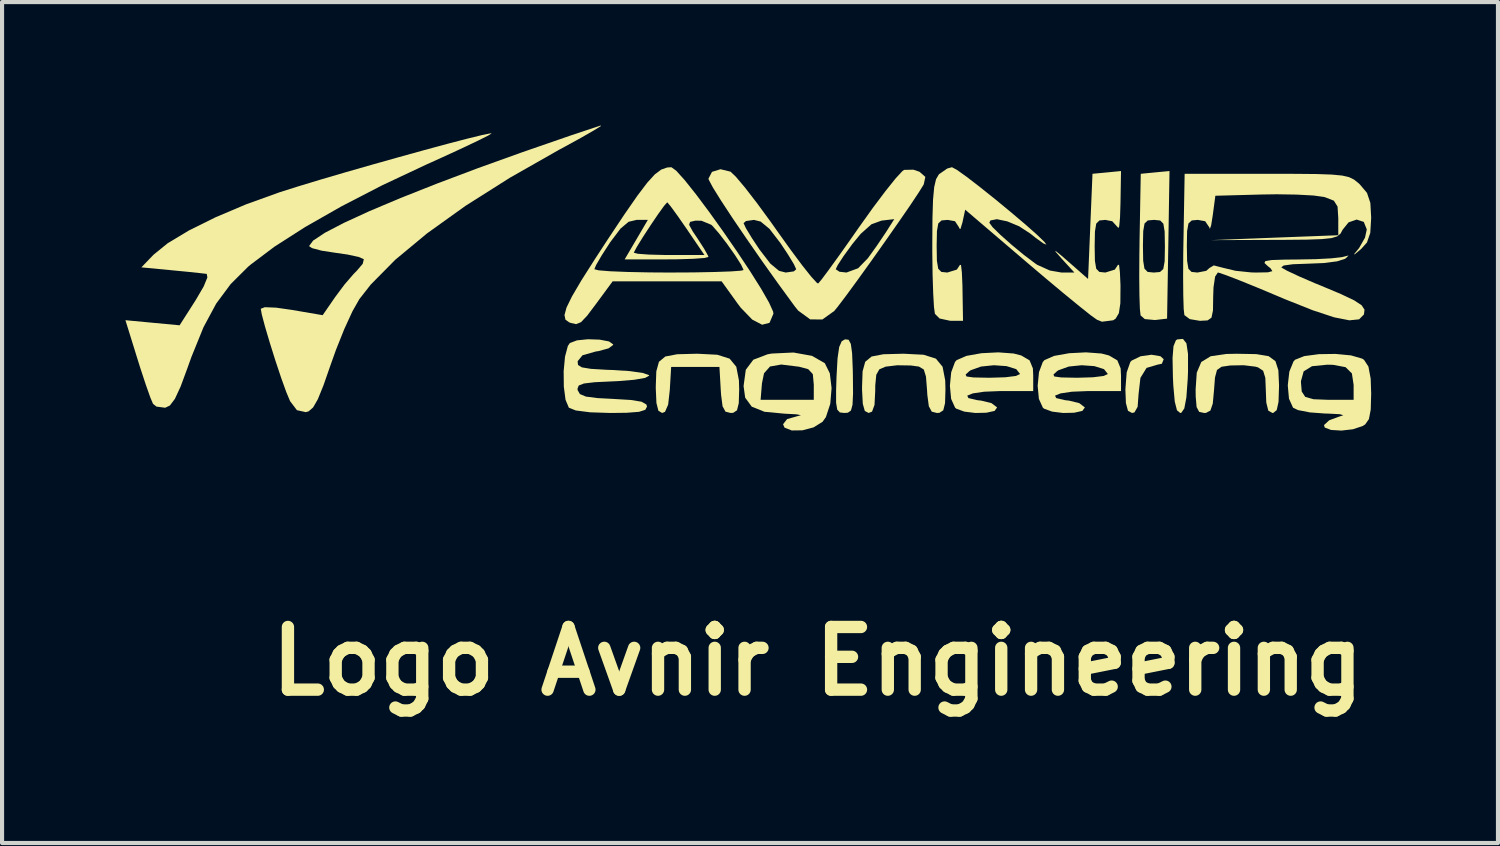
<source format=kicad_pcb>
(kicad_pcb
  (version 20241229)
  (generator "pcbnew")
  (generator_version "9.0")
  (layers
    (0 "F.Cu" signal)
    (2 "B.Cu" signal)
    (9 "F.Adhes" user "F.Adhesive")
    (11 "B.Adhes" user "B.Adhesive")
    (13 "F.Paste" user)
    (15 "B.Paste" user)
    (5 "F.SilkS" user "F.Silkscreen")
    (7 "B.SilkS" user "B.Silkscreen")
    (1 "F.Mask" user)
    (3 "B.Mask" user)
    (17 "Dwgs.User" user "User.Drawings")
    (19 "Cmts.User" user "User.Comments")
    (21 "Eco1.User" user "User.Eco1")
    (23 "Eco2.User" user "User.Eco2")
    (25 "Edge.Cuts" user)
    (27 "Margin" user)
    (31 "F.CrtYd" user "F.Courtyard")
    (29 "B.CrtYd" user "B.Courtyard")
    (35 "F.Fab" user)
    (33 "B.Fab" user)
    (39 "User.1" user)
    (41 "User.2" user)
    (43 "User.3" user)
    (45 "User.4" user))
  (footprint "Logo Avnir Engineering"
    (layer "F.Cu")
    (at 16.833 4.775)
    (property "Reference" "Logo Avnir Engineering" (at 0 8.255 0) (layer "F.SilkS") (effects (font (size 1.524 1.524) (thickness 0.3))))
    (attr board_only exclude_from_pos_files exclude_from_bom)
    (fp_poly (pts (xy 8.967 0.524) (xy 9.005 0.781) (xy 9.005 1.214) (xy 8.998 1.39) (xy 8.965 1.842) (xy 8.915 2.107) (xy 8.841 2.213) (xy 8.816 2.217) (xy 8.737 2.153) (xy 8.683 1.942) (xy 8.648 1.555) (xy 8.638 1.35) (xy 8.629 0.882) (xy 8.652 0.593) (xy 8.71 0.451) (xy 8.744 0.428) (xy 8.882 0.416)) (stroke (width 0) (type solid)) (fill yes) (layer "F.SilkS"))
    (fp_poly (pts (xy 8.334 0.837) (xy 8.414 0.91) (xy 8.369 1.02) (xy 8.26 1.043) (xy 7.997 1.121) (xy 7.848 1.363) (xy 7.803 1.758) (xy 7.78 2.067) (xy 7.703 2.203) (xy 7.643 2.217) (xy 7.545 2.164) (xy 7.495 1.976) (xy 7.482 1.643) (xy 7.514 1.229) (xy 7.602 0.978) (xy 7.633 0.944) (xy 7.853 0.838) (xy 8.116 0.801)) (stroke (width 0) (type solid)) (fill yes) (layer "F.SilkS"))
    (fp_poly (pts (xy 0.752 0.437) (xy 0.806 0.537) (xy 0.837 0.764) (xy 0.853 1.155) (xy 0.856 1.305) (xy 0.86 1.747) (xy 0.847 2.017) (xy 0.809 2.157) (xy 0.735 2.21) (xy 0.648 2.217) (xy 0.539 2.204) (xy 0.475 2.135) (xy 0.448 1.968) (xy 0.448 1.66) (xy 0.458 1.338) (xy 0.483 0.889) (xy 0.523 0.613) (xy 0.585 0.472) (xy 0.666 0.426)) (stroke (width 0) (type solid)) (fill yes) (layer "F.SilkS"))
    (fp_poly (pts (xy -2.441 0.801) (xy -2.141 0.896) (xy -1.979 1.093) (xy -1.915 1.425) (xy -1.909 1.643) (xy -1.919 1.979) (xy -1.962 2.152) (xy -2.054 2.213) (xy -2.117 2.217) (xy -2.242 2.185) (xy -2.313 2.054) (xy -2.349 1.775) (xy -2.357 1.657) (xy -2.389 1.097) (xy -3.563 1.097) (xy -3.596 1.657) (xy -3.636 2.014) (xy -3.712 2.189) (xy -3.782 2.217) (xy -3.873 2.163) (xy -3.921 1.975) (xy -3.937 1.616) (xy -3.937 1.574) (xy -3.924 1.205) (xy -3.86 0.972) (xy -3.705 0.844) (xy -3.419 0.789) (xy -2.963 0.777) (xy -2.913 0.777)) (stroke (width 0) (type solid)) (fill yes) (layer "F.SilkS"))
    (fp_poly (pts (xy 2.575 0.801) (xy 2.875 0.896) (xy 3.037 1.093) (xy 3.101 1.425) (xy 3.107 1.643) (xy 3.097 1.979) (xy 3.054 2.152) (xy 2.961 2.213) (xy 2.899 2.217) (xy 2.774 2.185) (xy 2.703 2.054) (xy 2.666 1.775) (xy 2.659 1.657) (xy 2.633 1.331) (xy 2.58 1.16) (xy 2.461 1.089) (xy 2.265 1.062) (xy 1.932 1.057) (xy 1.651 1.091) (xy 1.5 1.155) (xy 1.425 1.287) (xy 1.4 1.548) (xy 1.399 1.686) (xy 1.382 2.021) (xy 1.322 2.184) (xy 1.239 2.217) (xy 1.146 2.168) (xy 1.097 1.995) (xy 1.079 1.656) (xy 1.079 1.574) (xy 1.092 1.205) (xy 1.156 0.972) (xy 1.311 0.844) (xy 1.597 0.789) (xy 2.053 0.777) (xy 2.103 0.777)) (stroke (width 0) (type solid)) (fill yes) (layer "F.SilkS"))
    (fp_poly (pts (xy 8.526 -1.872) (xy 8.496 -0.077) (xy 8.202 -0.043) (xy 7.954 -0.066) (xy 7.852 -0.155) (xy 7.835 -0.307) (xy 7.824 -0.633) (xy 7.819 -1.09) (xy 7.822 -1.639) (xy 7.825 -1.838) (xy 7.909 -1.838) (xy 7.915 -1.483) (xy 7.946 -1.292) (xy 8.023 -1.213) (xy 8.167 -1.198) (xy 8.176 -1.198) (xy 8.324 -1.211) (xy 8.404 -1.285) (xy 8.437 -1.47) (xy 8.443 -1.816) (xy 8.443 -1.838) (xy 8.437 -2.193) (xy 8.406 -2.385) (xy 8.329 -2.463) (xy 8.186 -2.478) (xy 8.176 -2.478) (xy 8.028 -2.465) (xy 7.948 -2.391) (xy 7.916 -2.206) (xy 7.909 -1.861) (xy 7.909 -1.838) (xy 7.825 -1.838) (xy 7.826 -1.949) (xy 7.856 -3.599) (xy 8.205 -3.633) (xy 8.555 -3.666)) (stroke (width 0) (type solid)) (fill yes) (layer "F.SilkS"))
    (fp_poly (pts (xy 10.667 0.786) (xy 10.966 0.836) (xy 11.131 0.957) (xy 11.202 1.179) (xy 11.218 1.534) (xy 11.218 1.574) (xy 11.206 1.947) (xy 11.162 2.147) (xy 11.078 2.216) (xy 11.058 2.217) (xy 10.957 2.16) (xy 10.908 1.962) (xy 10.898 1.686) (xy 10.885 1.363) (xy 10.832 1.191) (xy 10.711 1.11) (xy 10.646 1.091) (xy 10.358 1.056) (xy 10.032 1.062) (xy 9.821 1.093) (xy 9.71 1.171) (xy 9.661 1.354) (xy 9.638 1.657) (xy 9.607 1.99) (xy 9.549 2.159) (xy 9.442 2.215) (xy 9.398 2.217) (xy 9.276 2.19) (xy 9.214 2.073) (xy 9.192 1.816) (xy 9.19 1.643) (xy 9.218 1.236) (xy 9.328 0.977) (xy 9.557 0.837) (xy 9.94 0.782) (xy 10.194 0.777)) (stroke (width 0) (type solid)) (fill yes) (layer "F.SilkS"))
    (fp_poly (pts (xy -0.139 0.828) (xy 0.173 1.006) (xy 0.173 1.006) (xy 0.295 1.253) (xy 0.338 1.612) (xy 0.306 1.995) (xy 0.2 2.317) (xy 0.119 2.431) (xy -0.099 2.567) (xy -0.373 2.639) (xy -0.632 2.642) (xy -0.807 2.573) (xy -0.842 2.491) (xy -0.744 2.366) (xy -0.495 2.295) (xy -0.407 2.271) (xy -0.512 2.25) (xy -0.788 2.235) (xy -0.808 2.234) (xy -1.294 2.188) (xy -1.603 2.064) (xy -1.725 1.897) (xy -1.388 1.897) (xy -0.095 1.897) (xy -0.095 1.529) (xy -0.118 1.273) (xy -0.23 1.152) (xy -0.454 1.092) (xy -0.887 1.039) (xy -1.159 1.087) (xy -1.305 1.252) (xy -1.355 1.497) (xy -1.388 1.897) (xy -1.725 1.897) (xy -1.763 1.846) (xy -1.802 1.562) (xy -1.748 1.166) (xy -1.565 0.922) (xy -1.218 0.79) (xy -1.118 0.772) (xy -0.588 0.747)) (stroke (width 0) (type solid)) (fill yes) (layer "F.SilkS"))
    (fp_poly (pts (xy 4.766 0.771) (xy 4.948 0.818) (xy 5.153 0.938) (xy 5.233 1.133) (xy 5.241 1.308) (xy 5.241 1.684) (xy 4.441 1.684) (xy 4.047 1.7) (xy 3.771 1.741) (xy 3.637 1.796) (xy 3.665 1.855) (xy 3.878 1.905) (xy 3.979 1.917) (xy 4.227 1.978) (xy 4.36 2.08) (xy 4.362 2.084) (xy 4.302 2.167) (xy 4.102 2.211) (xy 3.833 2.217) (xy 3.566 2.184) (xy 3.37 2.112) (xy 3.342 2.089) (xy 3.245 1.875) (xy 3.215 1.555) (xy 3.241 1.283) (xy 3.597 1.283) (xy 3.62 1.33) (xy 3.788 1.353) (xy 4.134 1.36) (xy 4.201 1.36) (xy 4.562 1.349) (xy 4.82 1.317) (xy 4.921 1.27) (xy 4.921 1.269) (xy 4.828 1.151) (xy 4.593 1.078) (xy 4.285 1.056) (xy 3.972 1.088) (xy 3.721 1.178) (xy 3.688 1.2) (xy 3.597 1.283) (xy 3.241 1.283) (xy 3.247 1.225) (xy 3.339 0.977) (xy 3.38 0.931) (xy 3.616 0.829) (xy 3.98 0.764) (xy 4.391 0.743)) (stroke (width 0) (type solid)) (fill yes) (layer "F.SilkS"))
    (fp_poly (pts (xy 6.9 0.771) (xy 7.082 0.818) (xy 7.287 0.938) (xy 7.367 1.133) (xy 7.376 1.308) (xy 7.376 1.684) (xy 6.575 1.684) (xy 6.181 1.7) (xy 5.906 1.741) (xy 5.771 1.796) (xy 5.8 1.855) (xy 6.012 1.905) (xy 6.114 1.917) (xy 6.361 1.978) (xy 6.494 2.08) (xy 6.496 2.084) (xy 6.436 2.167) (xy 6.236 2.211) (xy 5.968 2.217) (xy 5.7 2.184) (xy 5.504 2.112) (xy 5.476 2.089) (xy 5.379 1.875) (xy 5.349 1.555) (xy 5.376 1.283) (xy 5.732 1.283) (xy 5.755 1.33) (xy 5.923 1.353) (xy 6.268 1.36) (xy 6.335 1.36) (xy 6.696 1.349) (xy 6.954 1.317) (xy 7.056 1.27) (xy 7.056 1.269) (xy 6.962 1.151) (xy 6.728 1.078) (xy 6.42 1.056) (xy 6.106 1.088) (xy 5.855 1.178) (xy 5.822 1.2) (xy 5.732 1.283) (xy 5.376 1.283) (xy 5.381 1.225) (xy 5.474 0.977) (xy 5.515 0.931) (xy 5.75 0.829) (xy 6.115 0.764) (xy 6.525 0.743)) (stroke (width 0) (type solid)) (fill yes) (layer "F.SilkS"))
    (fp_poly (pts (xy -5.303 0.434) (xy -5.075 0.477) (xy -4.973 0.549) (xy -4.974 0.563) (xy -5.084 0.645) (xy -5.328 0.712) (xy -5.4 0.723) (xy -5.719 0.814) (xy -5.837 0.959) (xy -5.828 1.05) (xy -5.734 1.108) (xy -5.516 1.144) (xy -5.135 1.167) (xy -4.984 1.172) (xy -4.569 1.199) (xy -4.261 1.242) (xy -4.106 1.294) (xy -4.097 1.31) (xy -4.196 1.364) (xy -4.463 1.41) (xy -4.851 1.442) (xy -4.984 1.448) (xy -5.422 1.469) (xy -5.684 1.5) (xy -5.811 1.55) (xy -5.841 1.63) (xy -5.837 1.661) (xy -5.782 1.757) (xy -5.635 1.819) (xy -5.352 1.855) (xy -4.976 1.875) (xy -4.539 1.901) (xy -4.281 1.944) (xy -4.165 2.011) (xy -4.15 2.062) (xy -4.193 2.141) (xy -4.346 2.189) (xy -4.645 2.212) (xy -5.036 2.217) (xy -5.531 2.201) (xy -5.882 2.156) (xy -6.05 2.089) (xy -6.131 1.898) (xy -6.173 1.577) (xy -6.177 1.202) (xy -6.144 0.847) (xy -6.075 0.588) (xy -6.026 0.516) (xy -5.852 0.451) (xy -5.587 0.424)) (stroke (width 0) (type solid)) (fill yes) (layer "F.SilkS"))
    (fp_poly (pts (xy 12.969 0.817) (xy 13.239 0.895) (xy 13.285 0.925) (xy 13.392 1.089) (xy 13.447 1.383) (xy 13.459 1.746) (xy 13.448 2.135) (xy 13.404 2.366) (xy 13.314 2.494) (xy 13.253 2.534) (xy 13.015 2.613) (xy 12.736 2.645) (xy 12.484 2.63) (xy 12.329 2.571) (xy 12.312 2.511) (xy 12.438 2.395) (xy 12.667 2.31) (xy 12.781 2.272) (xy 12.699 2.247) (xy 12.414 2.232) (xy 12.333 2.23) (xy 11.967 2.203) (xy 11.681 2.147) (xy 11.559 2.089) (xy 11.46 1.869) (xy 11.431 1.546) (xy 11.44 1.464) (xy 11.751 1.464) (xy 11.77 1.695) (xy 11.856 1.826) (xy 12.057 1.883) (xy 12.419 1.897) (xy 12.463 1.897) (xy 13.032 1.897) (xy 13.032 1.535) (xy 12.99 1.255) (xy 12.836 1.103) (xy 12.529 1.046) (xy 12.392 1.043) (xy 12.02 1.08) (xy 11.817 1.205) (xy 11.752 1.44) (xy 11.751 1.464) (xy 11.44 1.464) (xy 11.469 1.212) (xy 11.57 0.964) (xy 11.608 0.923) (xy 11.832 0.834) (xy 12.187 0.787) (xy 12.592 0.781)) (stroke (width 0) (type solid)) (fill yes) (layer "F.SilkS"))
    (fp_poly (pts (xy -7.926 -4.582) (xy -8.008 -4.531) (xy -8.253 -4.408) (xy -8.631 -4.228) (xy -9.111 -4.007) (xy -9.518 -3.823) (xy -10.586 -3.321) (xy -11.577 -2.809) (xy -12.462 -2.305) (xy -13.209 -1.827) (xy -13.787 -1.392) (xy -13.852 -1.337) (xy -14.274 -0.917) (xy -14.625 -0.444) (xy -14.934 0.13) (xy -15.228 0.854) (xy -15.315 1.097) (xy -15.49 1.572) (xy -15.63 1.874) (xy -15.753 2.036) (xy -15.866 2.09) (xy -16.078 2.062) (xy -16.162 1.995) (xy -16.227 1.842) (xy -16.335 1.537) (xy -16.468 1.134) (xy -16.537 0.914) (xy -16.833 -0.039) (xy -16.175 0.023) (xy -15.516 0.085) (xy -15.123 -0.53) (xy -14.932 -0.856) (xy -14.84 -1.079) (xy -14.856 -1.165) (xy -15.021 -1.184) (xy -15.331 -1.217) (xy -15.714 -1.254) (xy -16.445 -1.324) (xy -16.15 -1.631) (xy -15.806 -1.91) (xy -15.291 -2.22) (xy -14.643 -2.541) (xy -13.9 -2.856) (xy -13.098 -3.145) (xy -13.062 -3.157) (xy -12.632 -3.293) (xy -12.098 -3.455) (xy -11.491 -3.633) (xy -10.845 -3.818) (xy -10.191 -4.002) (xy -9.563 -4.176) (xy -8.993 -4.33) (xy -8.513 -4.455) (xy -8.157 -4.542) (xy -7.957 -4.582)) (stroke (width 0) (type solid)) (fill yes) (layer "F.SilkS"))
    (fp_poly (pts (xy -5.278 -4.755) (xy -5.447 -4.651) (xy -5.749 -4.478) (xy -6.158 -4.253) (xy -6.285 -4.185) (xy -7.486 -3.502) (xy -8.563 -2.82) (xy -9.496 -2.152) (xy -10.271 -1.509) (xy -10.868 -0.905) (xy -11.145 -0.551) (xy -11.312 -0.257) (xy -11.511 0.176) (xy -11.713 0.681) (xy -11.839 1.034) (xy -12.017 1.544) (xy -12.154 1.882) (xy -12.269 2.082) (xy -12.378 2.177) (xy -12.447 2.197) (xy -12.663 2.149) (xy -12.829 1.93) (xy -12.92 1.713) (xy -13.045 1.367) (xy -13.185 0.947) (xy -13.322 0.511) (xy -13.439 0.116) (xy -13.518 -0.182) (xy -13.542 -0.317) (xy -13.443 -0.355) (xy -13.169 -0.344) (xy -12.79 -0.29) (xy -12.037 -0.161) (xy -11.735 -0.599) (xy -11.507 -0.905) (xy -11.284 -1.164) (xy -11.209 -1.239) (xy -11.063 -1.41) (xy -11.036 -1.522) (xy -11.161 -1.577) (xy -11.435 -1.636) (xy -11.727 -1.678) (xy -12.065 -1.73) (xy -12.297 -1.792) (xy -12.368 -1.841) (xy -12.269 -1.975) (xy -11.981 -2.166) (xy -11.52 -2.406) (xy -10.902 -2.69) (xy -10.143 -3.01) (xy -9.257 -3.361) (xy -8.262 -3.736) (xy -7.171 -4.128) (xy -6.002 -4.532) (xy -5.271 -4.775)) (stroke (width 0) (type solid)) (fill yes) (layer "F.SilkS"))
    (fp_poly (pts (xy -2.12 -3.651) (xy -1.99 -3.528) (xy -1.767 -3.263) (xy -1.478 -2.889) (xy -1.149 -2.44) (xy -0.99 -2.215) (xy -0.663 -1.758) (xy -0.378 -1.375) (xy -0.155 -1.095) (xy -0.018 -0.946) (xy 0.012 -0.931) (xy 0.095 -1.03) (xy 0.277 -1.273) (xy 0.28 -1.278) (xy 0.439 -1.278) (xy 0.53 -1.217) (xy 0.7 -1.198) (xy 0.983 -1.302) (xy 1.22 -1.545) (xy 1.445 -1.859) (xy 1.652 -2.166) (xy 1.67 -2.194) (xy 1.862 -2.496) (xy 1.554 -2.461) (xy 1.307 -2.371) (xy 1.045 -2.138) (xy 0.843 -1.891) (xy 0.632 -1.601) (xy 0.486 -1.377) (xy 0.439 -1.278) (xy 0.28 -1.278) (xy 0.533 -1.628) (xy 0.842 -2.065) (xy 1.008 -2.303) (xy 1.342 -2.771) (xy 1.646 -3.175) (xy 1.893 -3.484) (xy 2.058 -3.663) (xy 2.101 -3.694) (xy 2.326 -3.699) (xy 2.476 -3.648) (xy 2.618 -3.523) (xy 2.58 -3.346) (xy 2.569 -3.324) (xy 2.453 -3.138) (xy 2.24 -2.818) (xy 1.956 -2.407) (xy 1.632 -1.944) (xy 1.295 -1.468) (xy 0.973 -1.02) (xy 0.694 -0.639) (xy 0.488 -0.367) (xy 0.404 -0.264) (xy 0.114 -0.056) (xy -0.183 -0.059) (xy -0.474 -0.272) (xy -0.554 -0.371) (xy -0.955 -0.92) (xy -1.355 -1.481) (xy -1.733 -2.026) (xy -1.987 -2.399) (xy -1.802 -2.399) (xy -1.746 -2.277) (xy -1.599 -2.035) (xy -1.416 -1.759) (xy -1.152 -1.416) (xy -0.939 -1.239) (xy -0.776 -1.198) (xy -0.581 -1.226) (xy -0.522 -1.277) (xy -0.578 -1.4) (xy -0.725 -1.642) (xy -0.908 -1.917) (xy -1.172 -2.26) (xy -1.386 -2.437) (xy -1.549 -2.478) (xy -1.743 -2.45) (xy -1.802 -2.399) (xy -1.987 -2.399) (xy -2.072 -2.524) (xy -2.35 -2.947) (xy -2.549 -3.267) (xy -2.648 -3.453) (xy -2.656 -3.481) (xy -2.57 -3.646) (xy -2.363 -3.71)) (stroke (width 0) (type solid)) (fill yes) (layer "F.SilkS"))
    (fp_poly (pts (xy -3.44 -3.674) (xy -3.231 -3.442) (xy -2.955 -3.095) (xy -2.635 -2.667) (xy -2.294 -2.19) (xy -1.955 -1.699) (xy -1.641 -1.226) (xy -1.376 -0.805) (xy -1.183 -0.468) (xy -1.084 -0.249) (xy -1.076 -0.198) (xy -1.171 0.025) (xy -1.351 0.071) (xy -1.592 -0.054) (xy -1.872 -0.344) (xy -1.948 -0.445) (xy -2.336 -0.984) (xy -4.986 -0.984) (xy -5.378 -0.451) (xy -5.605 -0.149) (xy -5.755 0.009) (xy -5.875 0.057) (xy -6.009 0.026) (xy -6.045 0.012) (xy -6.133 -0.051) (xy -6.157 -0.163) (xy -6.108 -0.345) (xy -5.974 -0.619) (xy -5.746 -1.007) (xy -5.573 -1.279) (xy -5.431 -1.279) (xy -5.33 -1.252) (xy -5.05 -1.229) (xy -4.626 -1.212) (xy -4.093 -1.201) (xy -3.617 -1.198) (xy -3.021 -1.201) (xy -2.508 -1.211) (xy -2.111 -1.225) (xy -1.866 -1.243) (xy -1.802 -1.259) (xy -1.862 -1.389) (xy -2.012 -1.624) (xy -2.208 -1.901) (xy -2.407 -2.159) (xy -2.563 -2.337) (xy -2.588 -2.359) (xy -2.825 -2.457) (xy -2.973 -2.46) (xy -3.103 -2.429) (xy -3.126 -2.358) (xy -3.037 -2.196) (xy -2.925 -2.031) (xy -2.763 -1.78) (xy -2.667 -1.609) (xy -2.656 -1.577) (xy -2.755 -1.552) (xy -3.021 -1.532) (xy -3.408 -1.52) (xy -3.675 -1.518) (xy -4.693 -1.518) (xy -4.598 -1.68) (xy -4.47 -1.68) (xy -4.372 -1.654) (xy -4.111 -1.635) (xy -3.737 -1.625) (xy -3.613 -1.625) (xy -2.755 -1.625) (xy -3.19 -2.265) (xy -3.406 -2.576) (xy -3.572 -2.804) (xy -3.656 -2.904) (xy -3.659 -2.905) (xy -3.731 -2.824) (xy -3.879 -2.619) (xy -4.064 -2.346) (xy -4.249 -2.062) (xy -4.396 -1.824) (xy -4.468 -1.689) (xy -4.47 -1.68) (xy -4.598 -1.68) (xy -4.13 -2.478) (xy -4.404 -2.478) (xy -4.598 -2.432) (xy -4.794 -2.267) (xy -5.035 -1.948) (xy -5.055 -1.92) (xy -5.251 -1.616) (xy -5.387 -1.383) (xy -5.431 -1.279) (xy -5.573 -1.279) (xy -5.412 -1.532) (xy -5.104 -2.004) (xy -4.698 -2.614) (xy -4.385 -3.065) (xy -4.145 -3.382) (xy -3.958 -3.587) (xy -3.803 -3.702) (xy -3.66 -3.752) (xy -3.558 -3.759)) (stroke (width 0) (type solid)) (fill yes) (layer "F.SilkS"))
    (fp_poly (pts (xy 3.385 -3.695) (xy 3.626 -3.523) (xy 3.95 -3.273) (xy 4.321 -2.977) (xy 4.7 -2.664) (xy 5.051 -2.367) (xy 5.336 -2.115) (xy 5.516 -1.94) (xy 5.561 -1.876) (xy 5.488 -1.906) (xy 5.302 -2.04) (xy 5.164 -2.15) (xy 4.899 -2.322) (xy 4.611 -2.442) (xy 4.358 -2.495) (xy 4.2 -2.465) (xy 4.174 -2.409) (xy 4.251 -2.303) (xy 4.448 -2.11) (xy 4.719 -1.87) (xy 5.015 -1.626) (xy 5.288 -1.42) (xy 5.339 -1.385) (xy 5.647 -1.247) (xy 5.928 -1.198) (xy 6.242 -1.198) (xy 5.928 -1.541) (xy 5.787 -1.701) (xy 5.781 -1.727) (xy 5.919 -1.616) (xy 6.095 -1.463) (xy 6.575 -1.042) (xy 6.682 -3.599) (xy 7.029 -3.632) (xy 7.376 -3.666) (xy 7.363 -2.885) (xy 7.352 -2.539) (xy 7.332 -2.323) (xy 7.308 -2.276) (xy 7.302 -2.292) (xy 7.163 -2.445) (xy 6.994 -2.478) (xy 6.851 -2.464) (xy 6.773 -2.387) (xy 6.742 -2.197) (xy 6.735 -1.845) (xy 6.735 -1.838) (xy 6.741 -1.483) (xy 6.773 -1.291) (xy 6.849 -1.213) (xy 6.992 -1.198) (xy 6.994 -1.198) (xy 7.225 -1.269) (xy 7.302 -1.385) (xy 7.328 -1.384) (xy 7.349 -1.207) (xy 7.363 -0.891) (xy 7.363 -0.855) (xy 7.36 -0.452) (xy 7.324 -0.21) (xy 7.246 -0.078) (xy 7.186 -0.037) (xy 6.912 -0.002) (xy 6.789 -0.052) (xy 6.643 -0.156) (xy 6.367 -0.376) (xy 5.988 -0.686) (xy 5.538 -1.062) (xy 5.084 -1.447) (xy 3.587 -2.726) (xy 3.52 -2.416) (xy 3.471 -2.255) (xy 3.441 -2.275) (xy 3.44 -2.292) (xy 3.339 -2.446) (xy 3.16 -2.478) (xy 3.012 -2.465) (xy 2.932 -2.391) (xy 2.9 -2.206) (xy 2.893 -1.861) (xy 2.893 -1.838) (xy 2.899 -1.483) (xy 2.931 -1.291) (xy 3.007 -1.213) (xy 3.15 -1.198) (xy 3.152 -1.198) (xy 3.383 -1.269) (xy 3.46 -1.385) (xy 3.485 -1.38) (xy 3.506 -1.199) (xy 3.52 -0.879) (xy 3.521 -0.798) (xy 3.534 -0.024) (xy 3.225 -0.024) (xy 2.965 -0.08) (xy 2.851 -0.193) (xy 2.828 -0.356) (xy 2.809 -0.69) (xy 2.794 -1.15) (xy 2.787 -1.693) (xy 2.787 -1.893) (xy 2.791 -2.522) (xy 2.805 -2.971) (xy 2.833 -3.275) (xy 2.878 -3.467) (xy 2.944 -3.58) (xy 2.954 -3.591) (xy 3.15 -3.727) (xy 3.265 -3.759)) (stroke (width 0) (type solid)) (fill yes) (layer "F.SilkS"))
    (fp_poly (pts (xy 11.614 -3.598) (xy 12.132 -3.593) (xy 12.501 -3.58) (xy 12.754 -3.556) (xy 12.925 -3.516) (xy 13.044 -3.457) (xy 13.145 -3.376) (xy 13.184 -3.34) (xy 13.357 -3.135) (xy 13.439 -2.891) (xy 13.459 -2.53) (xy 13.437 -2.162) (xy 13.356 -1.928) (xy 13.219 -1.775) (xy 13.056 -1.639) (xy 13.044 -1.646) (xy 13.165 -1.793) (xy 13.309 -2.047) (xy 13.352 -2.247) (xy 13.279 -2.429) (xy 13.106 -2.486) (xy 12.909 -2.418) (xy 12.764 -2.238) (xy 12.714 -2.145) (xy 12.637 -2.079) (xy 12.498 -2.036) (xy 12.263 -2.011) (xy 11.897 -1.998) (xy 11.365 -1.993) (xy 11.111 -1.992) (xy 9.564 -1.986) (xy 11.111 -2.046) (xy 12.659 -2.105) (xy 12.659 -2.525) (xy 12.641 -2.803) (xy 12.552 -2.945) (xy 12.342 -3.027) (xy 12.31 -3.036) (xy 12.057 -3.071) (xy 11.654 -3.093) (xy 11.164 -3.101) (xy 10.815 -3.096) (xy 9.67 -3.065) (xy 9.606 -2.585) (xy 9.567 -2.343) (xy 9.536 -2.257) (xy 9.526 -2.292) (xy 9.422 -2.446) (xy 9.243 -2.478) (xy 9.096 -2.465) (xy 9.016 -2.391) (xy 8.983 -2.206) (xy 8.977 -1.861) (xy 8.977 -1.838) (xy 8.983 -1.483) (xy 9.014 -1.291) (xy 9.09 -1.213) (xy 9.233 -1.198) (xy 9.234 -1.198) (xy 9.447 -1.239) (xy 9.53 -1.311) (xy 9.632 -1.371) (xy 9.866 -1.311) (xy 10.162 -1.24) (xy 10.539 -1.201) (xy 10.658 -1.198) (xy 10.948 -1.203) (xy 11.056 -1.232) (xy 11.013 -1.3) (xy 10.945 -1.354) (xy 10.864 -1.43) (xy 10.886 -1.476) (xy 11.04 -1.502) (xy 11.356 -1.512) (xy 11.663 -1.515) (xy 12.108 -1.523) (xy 12.488 -1.543) (xy 12.738 -1.571) (xy 12.783 -1.581) (xy 12.91 -1.613) (xy 12.848 -1.551) (xy 12.819 -1.53) (xy 12.635 -1.471) (xy 12.31 -1.429) (xy 11.917 -1.413) (xy 11.558 -1.4) (xy 11.331 -1.369) (xy 11.273 -1.323) (xy 11.276 -1.32) (xy 11.417 -1.24) (xy 11.703 -1.106) (xy 12.082 -0.942) (xy 12.232 -0.881) (xy 12.725 -0.674) (xy 13.047 -0.521) (xy 13.228 -0.401) (xy 13.297 -0.294) (xy 13.283 -0.181) (xy 13.281 -0.176) (xy 13.165 -0.06) (xy 12.929 -0.036) (xy 12.558 -0.109) (xy 12.037 -0.281) (xy 11.349 -0.555) (xy 11.218 -0.611) (xy 10.713 -0.823) (xy 10.274 -1.001) (xy 9.941 -1.13) (xy 9.753 -1.194) (xy 9.73 -1.198) (xy 9.664 -1.099) (xy 9.625 -0.837) (xy 9.617 -0.611) (xy 9.612 -0.275) (xy 9.576 -0.101) (xy 9.482 -0.034) (xy 9.301 -0.024) (xy 9.293 -0.024) (xy 9.048 -0.065) (xy 8.917 -0.162) (xy 8.9 -0.312) (xy 8.89 -0.635) (xy 8.886 -1.091) (xy 8.889 -1.638) (xy 8.894 -1.949) (xy 8.923 -3.599) (xy 10.916 -3.599)) (stroke (width 0) (type solid)) (fill yes) (layer "F.SilkS")))
  (gr_rect
    (start -3 -3)
    (end 33.375 17.449)
    (stroke (width 0.1) (type default))
    (fill no)
    (layer "Edge.Cuts")))
</source>
